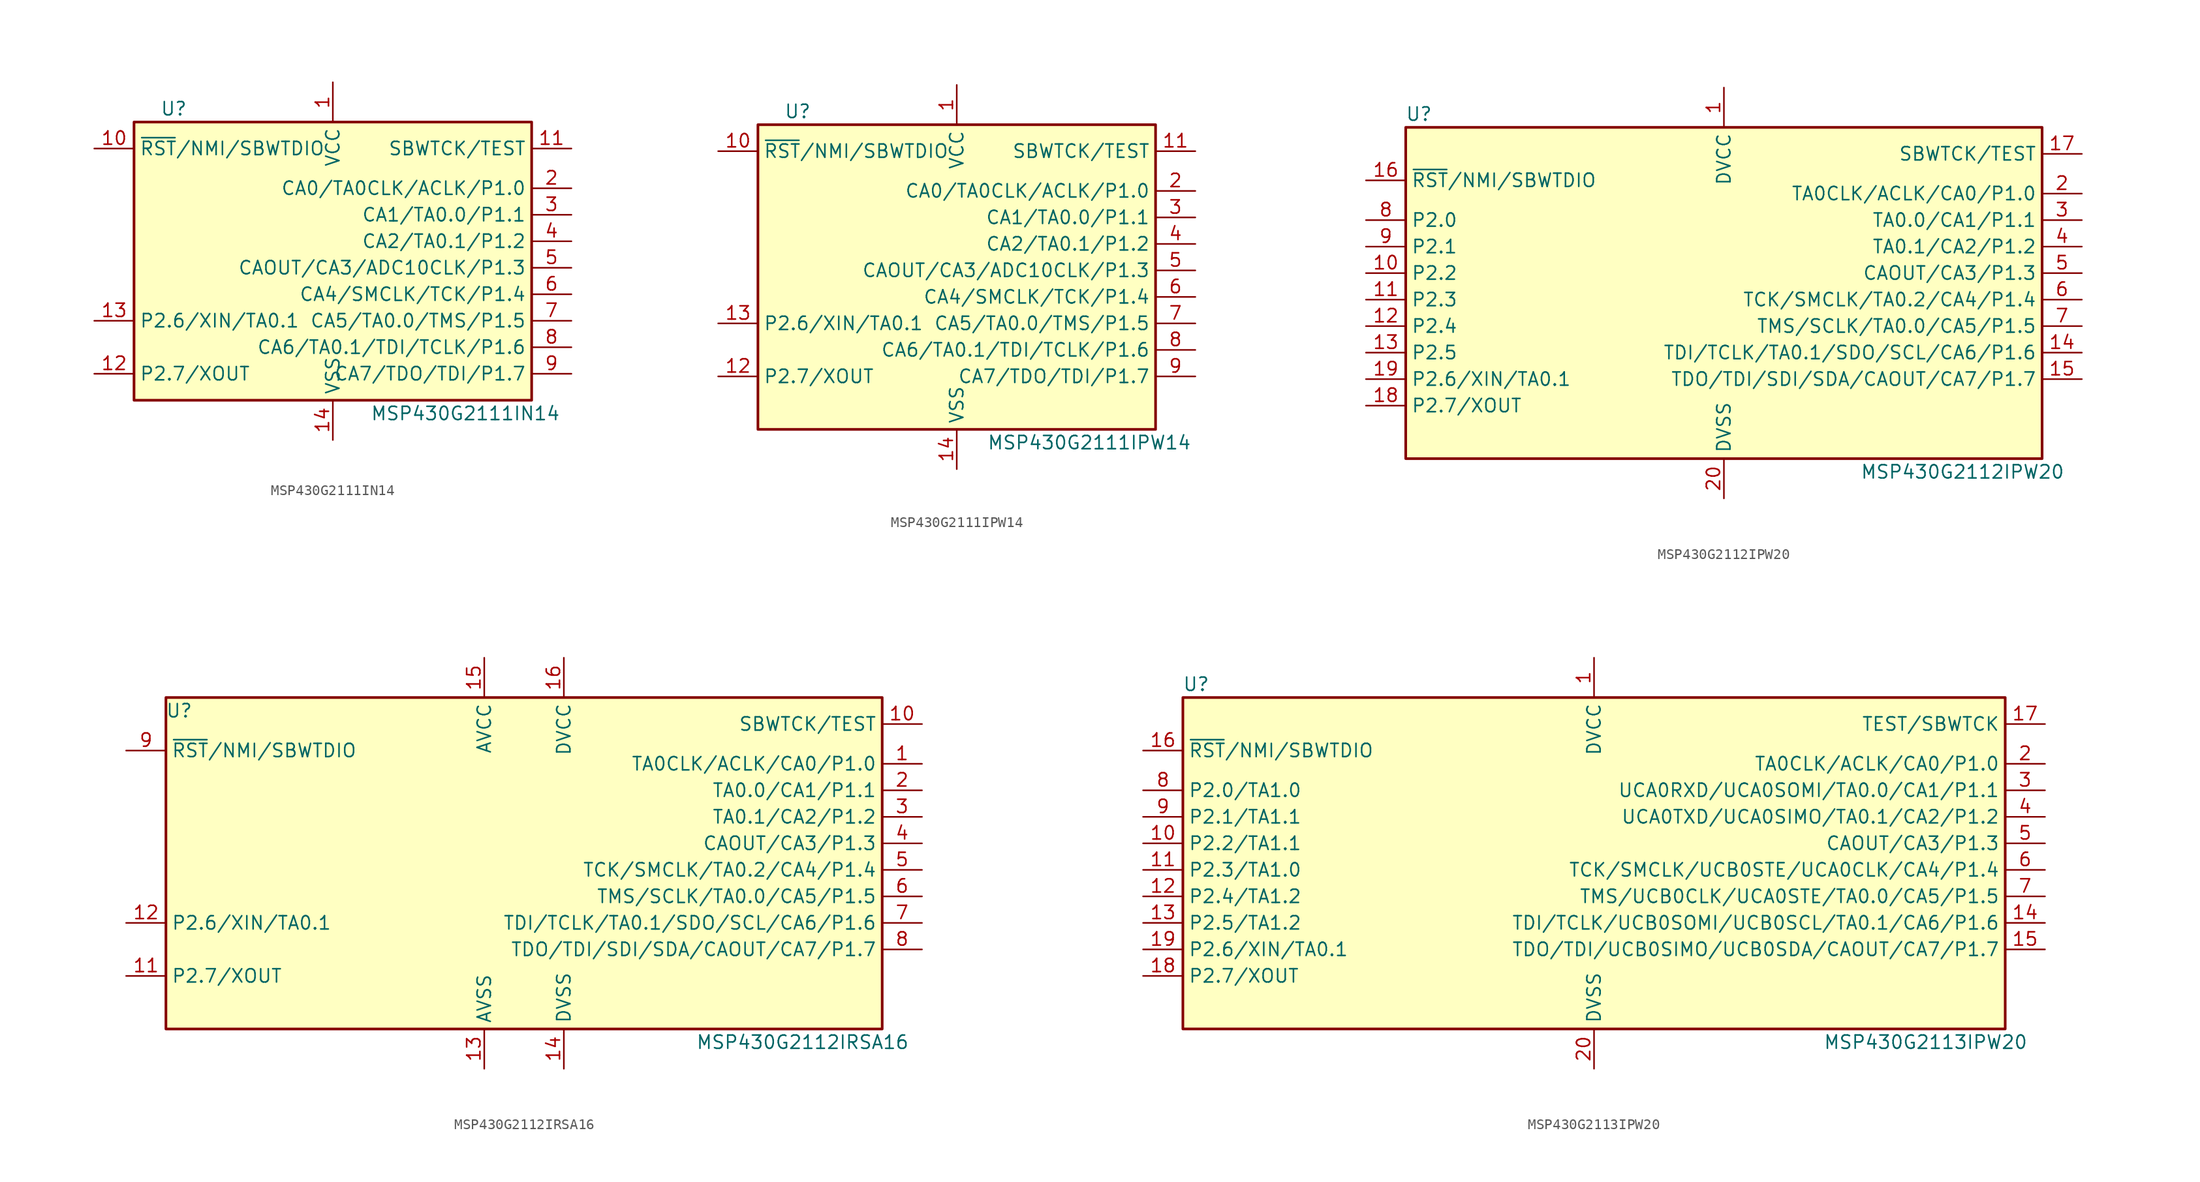
<source format=kicad_sym>
(kicad_symbol_lib
  (version 20211014)
  (generator kicad_symbol_editor)
  (symbol "MSP430G2111IN14"
    (property "Reference" "U"
      (at -15.24 15.24 0)
      (effects (font (size 1.27 1.27))))
    (property "Value" "MSP430G2111IN14"
      (at 12.7 -13.97 0)
      (effects (font (size 1.27 1.27))))
    (symbol "MSP430G2111IN14_0_1"
      (rectangle (start -19.05 13.97) (end 19.05 -12.7) (stroke (width 0.254) (type default) (color 0 0 0 0)) (fill (type background))))
    (symbol "MSP430G2111IN14_1_1"
      (pin power_in line (at 0 17.78 270) (length 3.81) (name "VCC" (effects (font (size 1.27 1.27)))) (number "1" (effects (font (size 1.27 1.27)))))
      (pin input line (at -22.86 11.43 0) (length 3.81) (name "~{RST}/NMI/SBWTDIO" (effects (font (size 1.27 1.27)))) (number "10" (effects (font (size 1.27 1.27)))))
      (pin input line (at 22.86 11.43 180) (length 3.81) (name "SBWTCK/TEST" (effects (font (size 1.27 1.27)))) (number "11" (effects (font (size 1.27 1.27)))))
      (pin bidirectional line (at -22.86 -10.16 0) (length 3.81) (name "P2.7/XOUT" (effects (font (size 1.27 1.27)))) (number "12" (effects (font (size 1.27 1.27)))))
      (pin bidirectional line (at -22.86 -5.08 0) (length 3.81) (name "P2.6/XIN/TA0.1" (effects (font (size 1.27 1.27)))) (number "13" (effects (font (size 1.27 1.27)))))
      (pin power_in line (at 0 -16.51 90) (length 3.81) (name "VSS" (effects (font (size 1.27 1.27)))) (number "14" (effects (font (size 1.27 1.27)))))
      (pin bidirectional line (at 22.86 7.62 180) (length 3.81) (name "CA0/TA0CLK/ACLK/P1.0" (effects (font (size 1.27 1.27)))) (number "2" (effects (font (size 1.27 1.27)))))
      (pin bidirectional line (at 22.86 5.08 180) (length 3.81) (name "CA1/TA0.0/P1.1" (effects (font (size 1.27 1.27)))) (number "3" (effects (font (size 1.27 1.27)))))
      (pin bidirectional line (at 22.86 2.54 180) (length 3.81) (name "CA2/TA0.1/P1.2" (effects (font (size 1.27 1.27)))) (number "4" (effects (font (size 1.27 1.27)))))
      (pin bidirectional line (at 22.86 0 180) (length 3.81) (name "CAOUT/CA3/ADC10CLK/P1.3" (effects (font (size 1.27 1.27)))) (number "5" (effects (font (size 1.27 1.27)))))
      (pin bidirectional line (at 22.86 -2.54 180) (length 3.81) (name "CA4/SMCLK/TCK/P1.4" (effects (font (size 1.27 1.27)))) (number "6" (effects (font (size 1.27 1.27)))))
      (pin bidirectional line (at 22.86 -5.08 180) (length 3.81) (name "CA5/TA0.0/TMS/P1.5" (effects (font (size 1.27 1.27)))) (number "7" (effects (font (size 1.27 1.27)))))
      (pin bidirectional line (at 22.86 -7.62 180) (length 3.81) (name "CA6/TA0.1/TDI/TCLK/P1.6" (effects (font (size 1.27 1.27)))) (number "8" (effects (font (size 1.27 1.27)))))
      (pin bidirectional line (at 22.86 -10.16 180) (length 3.81) (name "CA7/TDO/TDI/P1.7" (effects (font (size 1.27 1.27)))) (number "9" (effects (font (size 1.27 1.27)))))))
  (symbol "MSP430G2111IPW14"
    (property "Reference" "U"
      (at -15.24 15.24 0)
      (effects (font (size 1.27 1.27))))
    (property "Value" "MSP430G2111IPW14"
      (at 12.7 -16.51 0)
      (effects (font (size 1.27 1.27))))
    (symbol "MSP430G2111IPW14_0_1"
      (rectangle (start -19.05 13.97) (end 19.05 -15.24) (stroke (width 0.254) (type default) (color 0 0 0 0)) (fill (type background))))
    (symbol "MSP430G2111IPW14_1_1"
      (pin power_in line (at 0 17.78 270) (length 3.81) (name "VCC" (effects (font (size 1.27 1.27)))) (number "1" (effects (font (size 1.27 1.27)))))
      (pin input line (at -22.86 11.43 0) (length 3.81) (name "~{RST}/NMI/SBWTDIO" (effects (font (size 1.27 1.27)))) (number "10" (effects (font (size 1.27 1.27)))))
      (pin input line (at 22.86 11.43 180) (length 3.81) (name "SBWTCK/TEST" (effects (font (size 1.27 1.27)))) (number "11" (effects (font (size 1.27 1.27)))))
      (pin bidirectional line (at -22.86 -10.16 0) (length 3.81) (name "P2.7/XOUT" (effects (font (size 1.27 1.27)))) (number "12" (effects (font (size 1.27 1.27)))))
      (pin bidirectional line (at -22.86 -5.08 0) (length 3.81) (name "P2.6/XIN/TA0.1" (effects (font (size 1.27 1.27)))) (number "13" (effects (font (size 1.27 1.27)))))
      (pin power_in line (at 0 -19.05 90) (length 3.81) (name "VSS" (effects (font (size 1.27 1.27)))) (number "14" (effects (font (size 1.27 1.27)))))
      (pin bidirectional line (at 22.86 7.62 180) (length 3.81) (name "CA0/TA0CLK/ACLK/P1.0" (effects (font (size 1.27 1.27)))) (number "2" (effects (font (size 1.27 1.27)))))
      (pin bidirectional line (at 22.86 5.08 180) (length 3.81) (name "CA1/TA0.0/P1.1" (effects (font (size 1.27 1.27)))) (number "3" (effects (font (size 1.27 1.27)))))
      (pin bidirectional line (at 22.86 2.54 180) (length 3.81) (name "CA2/TA0.1/P1.2" (effects (font (size 1.27 1.27)))) (number "4" (effects (font (size 1.27 1.27)))))
      (pin bidirectional line (at 22.86 0 180) (length 3.81) (name "CAOUT/CA3/ADC10CLK/P1.3" (effects (font (size 1.27 1.27)))) (number "5" (effects (font (size 1.27 1.27)))))
      (pin bidirectional line (at 22.86 -2.54 180) (length 3.81) (name "CA4/SMCLK/TCK/P1.4" (effects (font (size 1.27 1.27)))) (number "6" (effects (font (size 1.27 1.27)))))
      (pin bidirectional line (at 22.86 -5.08 180) (length 3.81) (name "CA5/TA0.0/TMS/P1.5" (effects (font (size 1.27 1.27)))) (number "7" (effects (font (size 1.27 1.27)))))
      (pin bidirectional line (at 22.86 -7.62 180) (length 3.81) (name "CA6/TA0.1/TDI/TCLK/P1.6" (effects (font (size 1.27 1.27)))) (number "8" (effects (font (size 1.27 1.27)))))
      (pin bidirectional line (at 22.86 -10.16 180) (length 3.81) (name "CA7/TDO/TDI/P1.7" (effects (font (size 1.27 1.27)))) (number "9" (effects (font (size 1.27 1.27)))))))
  (symbol "MSP430G2112IPW20"
    (property "Reference" "U"
      (at -29.21 17.78 0)
      (effects (font (size 1.27 1.27))))
    (property "Value" "MSP430G2112IPW20"
      (at 22.86 -16.51 0)
      (effects (font (size 1.27 1.27))))
    (symbol "MSP430G2112IPW20_0_1"
      (rectangle (start -30.48 16.51) (end 30.48 -15.24) (stroke (width 0.254) (type default) (color 0 0 0 0)) (fill (type background))))
    (symbol "MSP430G2112IPW20_1_1"
      (pin power_in line (at 0 20.32 270) (length 3.81) (name "DVCC" (effects (font (size 1.27 1.27)))) (number "1" (effects (font (size 1.27 1.27)))))
      (pin bidirectional line (at -34.29 2.54 0) (length 3.81) (name "P2.2" (effects (font (size 1.27 1.27)))) (number "10" (effects (font (size 1.27 1.27)))))
      (pin bidirectional line (at -34.29 0 0) (length 3.81) (name "P2.3" (effects (font (size 1.27 1.27)))) (number "11" (effects (font (size 1.27 1.27)))))
      (pin bidirectional line (at -34.29 -2.54 0) (length 3.81) (name "P2.4" (effects (font (size 1.27 1.27)))) (number "12" (effects (font (size 1.27 1.27)))))
      (pin bidirectional line (at -34.29 -5.08 0) (length 3.81) (name "P2.5" (effects (font (size 1.27 1.27)))) (number "13" (effects (font (size 1.27 1.27)))))
      (pin bidirectional line (at 34.29 -5.08 180) (length 3.81) (name "TDI/TCLK/TA0.1/SDO/SCL/CA6/P1.6" (effects (font (size 1.27 1.27)))) (number "14" (effects (font (size 1.27 1.27)))))
      (pin bidirectional line (at 34.29 -7.62 180) (length 3.81) (name "TDO/TDI/SDI/SDA/CAOUT/CA7/P1.7" (effects (font (size 1.27 1.27)))) (number "15" (effects (font (size 1.27 1.27)))))
      (pin input line (at -34.29 11.43 0) (length 3.81) (name "~{RST}/NMI/SBWTDIO" (effects (font (size 1.27 1.27)))) (number "16" (effects (font (size 1.27 1.27)))))
      (pin input line (at 34.29 13.97 180) (length 3.81) (name "SBWTCK/TEST" (effects (font (size 1.27 1.27)))) (number "17" (effects (font (size 1.27 1.27)))))
      (pin bidirectional line (at -34.29 -10.16 0) (length 3.81) (name "P2.7/XOUT" (effects (font (size 1.27 1.27)))) (number "18" (effects (font (size 1.27 1.27)))))
      (pin bidirectional line (at -34.29 -7.62 0) (length 3.81) (name "P2.6/XIN/TA0.1" (effects (font (size 1.27 1.27)))) (number "19" (effects (font (size 1.27 1.27)))))
      (pin bidirectional line (at 34.29 10.16 180) (length 3.81) (name "TA0CLK/ACLK/CA0/P1.0" (effects (font (size 1.27 1.27)))) (number "2" (effects (font (size 1.27 1.27)))))
      (pin power_in line (at 0 -19.05 90) (length 3.81) (name "DVSS" (effects (font (size 1.27 1.27)))) (number "20" (effects (font (size 1.27 1.27)))))
      (pin bidirectional line (at 34.29 7.62 180) (length 3.81) (name "TA0.0/CA1/P1.1" (effects (font (size 1.27 1.27)))) (number "3" (effects (font (size 1.27 1.27)))))
      (pin bidirectional line (at 34.29 5.08 180) (length 3.81) (name "TA0.1/CA2/P1.2" (effects (font (size 1.27 1.27)))) (number "4" (effects (font (size 1.27 1.27)))))
      (pin bidirectional line (at 34.29 2.54 180) (length 3.81) (name "CAOUT/CA3/P1.3" (effects (font (size 1.27 1.27)))) (number "5" (effects (font (size 1.27 1.27)))))
      (pin bidirectional line (at 34.29 0 180) (length 3.81) (name "TCK/SMCLK/TA0.2/CA4/P1.4" (effects (font (size 1.27 1.27)))) (number "6" (effects (font (size 1.27 1.27)))))
      (pin bidirectional line (at 34.29 -2.54 180) (length 3.81) (name "TMS/SCLK/TA0.0/CA5/P1.5" (effects (font (size 1.27 1.27)))) (number "7" (effects (font (size 1.27 1.27)))))
      (pin bidirectional line (at -34.29 7.62 0) (length 3.81) (name "P2.0" (effects (font (size 1.27 1.27)))) (number "8" (effects (font (size 1.27 1.27)))))
      (pin bidirectional line (at -34.29 5.08 0) (length 3.81) (name "P2.1" (effects (font (size 1.27 1.27)))) (number "9" (effects (font (size 1.27 1.27)))))))
  (symbol "MSP430G2112IRSA16"
    (property "Reference" "U"
      (at -33.02 15.24 0)
      (effects (font (size 1.27 1.27))))
    (property "Value" "MSP430G2112IRSA16"
      (at 26.67 -16.51 0)
      (effects (font (size 1.27 1.27))))
    (symbol "MSP430G2112IRSA16_0_1"
      (rectangle (start -34.29 16.51) (end 34.29 -15.24) (stroke (width 0.254) (type default) (color 0 0 0 0)) (fill (type background))))
    (symbol "MSP430G2112IRSA16_1_1"
      (pin bidirectional line (at 38.1 10.16 180) (length 3.81) (name "TA0CLK/ACLK/CA0/P1.0" (effects (font (size 1.27 1.27)))) (number "1" (effects (font (size 1.27 1.27)))))
      (pin input line (at 38.1 13.97 180) (length 3.81) (name "SBWTCK/TEST" (effects (font (size 1.27 1.27)))) (number "10" (effects (font (size 1.27 1.27)))))
      (pin bidirectional line (at -38.1 -10.16 0) (length 3.81) (name "P2.7/XOUT" (effects (font (size 1.27 1.27)))) (number "11" (effects (font (size 1.27 1.27)))))
      (pin bidirectional line (at -38.1 -5.08 0) (length 3.81) (name "P2.6/XIN/TA0.1" (effects (font (size 1.27 1.27)))) (number "12" (effects (font (size 1.27 1.27)))))
      (pin power_in line (at -3.81 -19.05 90) (length 3.81) (name "AVSS" (effects (font (size 1.27 1.27)))) (number "13" (effects (font (size 1.27 1.27)))))
      (pin power_in line (at 3.81 -19.05 90) (length 3.81) (name "DVSS" (effects (font (size 1.27 1.27)))) (number "14" (effects (font (size 1.27 1.27)))))
      (pin power_in line (at -3.81 20.32 270) (length 3.81) (name "AVCC" (effects (font (size 1.27 1.27)))) (number "15" (effects (font (size 1.27 1.27)))))
      (pin power_in line (at 3.81 20.32 270) (length 3.81) (name "DVCC" (effects (font (size 1.27 1.27)))) (number "16" (effects (font (size 1.27 1.27)))))
      (pin bidirectional line (at 38.1 7.62 180) (length 3.81) (name "TA0.0/CA1/P1.1" (effects (font (size 1.27 1.27)))) (number "2" (effects (font (size 1.27 1.27)))))
      (pin bidirectional line (at 38.1 5.08 180) (length 3.81) (name "TA0.1/CA2/P1.2" (effects (font (size 1.27 1.27)))) (number "3" (effects (font (size 1.27 1.27)))))
      (pin bidirectional line (at 38.1 2.54 180) (length 3.81) (name "CAOUT/CA3/P1.3" (effects (font (size 1.27 1.27)))) (number "4" (effects (font (size 1.27 1.27)))))
      (pin bidirectional line (at 38.1 0 180) (length 3.81) (name "TCK/SMCLK/TA0.2/CA4/P1.4" (effects (font (size 1.27 1.27)))) (number "5" (effects (font (size 1.27 1.27)))))
      (pin bidirectional line (at 38.1 -2.54 180) (length 3.81) (name "TMS/SCLK/TA0.0/CA5/P1.5" (effects (font (size 1.27 1.27)))) (number "6" (effects (font (size 1.27 1.27)))))
      (pin bidirectional line (at 38.1 -5.08 180) (length 3.81) (name "TDI/TCLK/TA0.1/SDO/SCL/CA6/P1.6" (effects (font (size 1.27 1.27)))) (number "7" (effects (font (size 1.27 1.27)))))
      (pin bidirectional line (at 38.1 -7.62 180) (length 3.81) (name "TDO/TDI/SDI/SDA/CAOUT/CA7/P1.7" (effects (font (size 1.27 1.27)))) (number "8" (effects (font (size 1.27 1.27)))))
      (pin input line (at -38.1 11.43 0) (length 3.81) (name "~{RST}/NMI/SBWTDIO" (effects (font (size 1.27 1.27)))) (number "9" (effects (font (size 1.27 1.27)))))))
  (symbol "MSP430G2113IPW20"
    (property "Reference" "U"
      (at -38.1 17.78 0)
      (effects (font (size 1.27 1.27))))
    (property "Value" "MSP430G2113IPW20"
      (at 31.75 -16.51 0)
      (effects (font (size 1.27 1.27))))
    (symbol "MSP430G2113IPW20_0_1"
      (rectangle (start -39.37 16.51) (end 39.37 -15.24) (stroke (width 0.254) (type default) (color 0 0 0 0)) (fill (type background))))
    (symbol "MSP430G2113IPW20_1_1"
      (pin power_in line (at 0 20.32 270) (length 3.81) (name "DVCC" (effects (font (size 1.27 1.27)))) (number "1" (effects (font (size 1.27 1.27)))))
      (pin bidirectional line (at -43.18 2.54 0) (length 3.81) (name "P2.2/TA1.1" (effects (font (size 1.27 1.27)))) (number "10" (effects (font (size 1.27 1.27)))))
      (pin bidirectional line (at -43.18 0 0) (length 3.81) (name "P2.3/TA1.0" (effects (font (size 1.27 1.27)))) (number "11" (effects (font (size 1.27 1.27)))))
      (pin bidirectional line (at -43.18 -2.54 0) (length 3.81) (name "P2.4/TA1.2" (effects (font (size 1.27 1.27)))) (number "12" (effects (font (size 1.27 1.27)))))
      (pin bidirectional line (at -43.18 -5.08 0) (length 3.81) (name "P2.5/TA1.2" (effects (font (size 1.27 1.27)))) (number "13" (effects (font (size 1.27 1.27)))))
      (pin bidirectional line (at 43.18 -5.08 180) (length 3.81) (name "TDI/TCLK/UCB0SOMI/UCB0SCL/TA0.1/CA6/P1.6" (effects (font (size 1.27 1.27)))) (number "14" (effects (font (size 1.27 1.27)))))
      (pin bidirectional line (at 43.18 -7.62 180) (length 3.81) (name "TDO/TDI/UCB0SIMO/UCB0SDA/CAOUT/CA7/P1.7" (effects (font (size 1.27 1.27)))) (number "15" (effects (font (size 1.27 1.27)))))
      (pin input line (at -43.18 11.43 0) (length 3.81) (name "~{RST}/NMI/SBWTDIO" (effects (font (size 1.27 1.27)))) (number "16" (effects (font (size 1.27 1.27)))))
      (pin input line (at 43.18 13.97 180) (length 3.81) (name "TEST/SBWTCK" (effects (font (size 1.27 1.27)))) (number "17" (effects (font (size 1.27 1.27)))))
      (pin bidirectional line (at -43.18 -10.16 0) (length 3.81) (name "P2.7/XOUT" (effects (font (size 1.27 1.27)))) (number "18" (effects (font (size 1.27 1.27)))))
      (pin bidirectional line (at -43.18 -7.62 0) (length 3.81) (name "P2.6/XIN/TA0.1" (effects (font (size 1.27 1.27)))) (number "19" (effects (font (size 1.27 1.27)))))
      (pin bidirectional line (at 43.18 10.16 180) (length 3.81) (name "TA0CLK/ACLK/CA0/P1.0" (effects (font (size 1.27 1.27)))) (number "2" (effects (font (size 1.27 1.27)))))
      (pin power_in line (at 0 -19.05 90) (length 3.81) (name "DVSS" (effects (font (size 1.27 1.27)))) (number "20" (effects (font (size 1.27 1.27)))))
      (pin bidirectional line (at 43.18 7.62 180) (length 3.81) (name "UCA0RXD/UCA0SOMI/TA0.0/CA1/P1.1" (effects (font (size 1.27 1.27)))) (number "3" (effects (font (size 1.27 1.27)))))
      (pin bidirectional line (at 43.18 5.08 180) (length 3.81) (name "UCA0TXD/UCA0SIMO/TA0.1/CA2/P1.2" (effects (font (size 1.27 1.27)))) (number "4" (effects (font (size 1.27 1.27)))))
      (pin bidirectional line (at 43.18 2.54 180) (length 3.81) (name "CAOUT/CA3/P1.3" (effects (font (size 1.27 1.27)))) (number "5" (effects (font (size 1.27 1.27)))))
      (pin bidirectional line (at 43.18 0 180) (length 3.81) (name "TCK/SMCLK/UCB0STE/UCA0CLK/CA4/P1.4" (effects (font (size 1.27 1.27)))) (number "6" (effects (font (size 1.27 1.27)))))
      (pin bidirectional line (at 43.18 -2.54 180) (length 3.81) (name "TMS/UCB0CLK/UCA0STE/TA0.0/CA5/P1.5" (effects (font (size 1.27 1.27)))) (number "7" (effects (font (size 1.27 1.27)))))
      (pin bidirectional line (at -43.18 7.62 0) (length 3.81) (name "P2.0/TA1.0" (effects (font (size 1.27 1.27)))) (number "8" (effects (font (size 1.27 1.27)))))
      (pin bidirectional line (at -43.18 5.08 0) (length 3.81) (name "P2.1/TA1.1" (effects (font (size 1.27 1.27)))) (number "9" (effects (font (size 1.27 1.27))))))))
</source>
